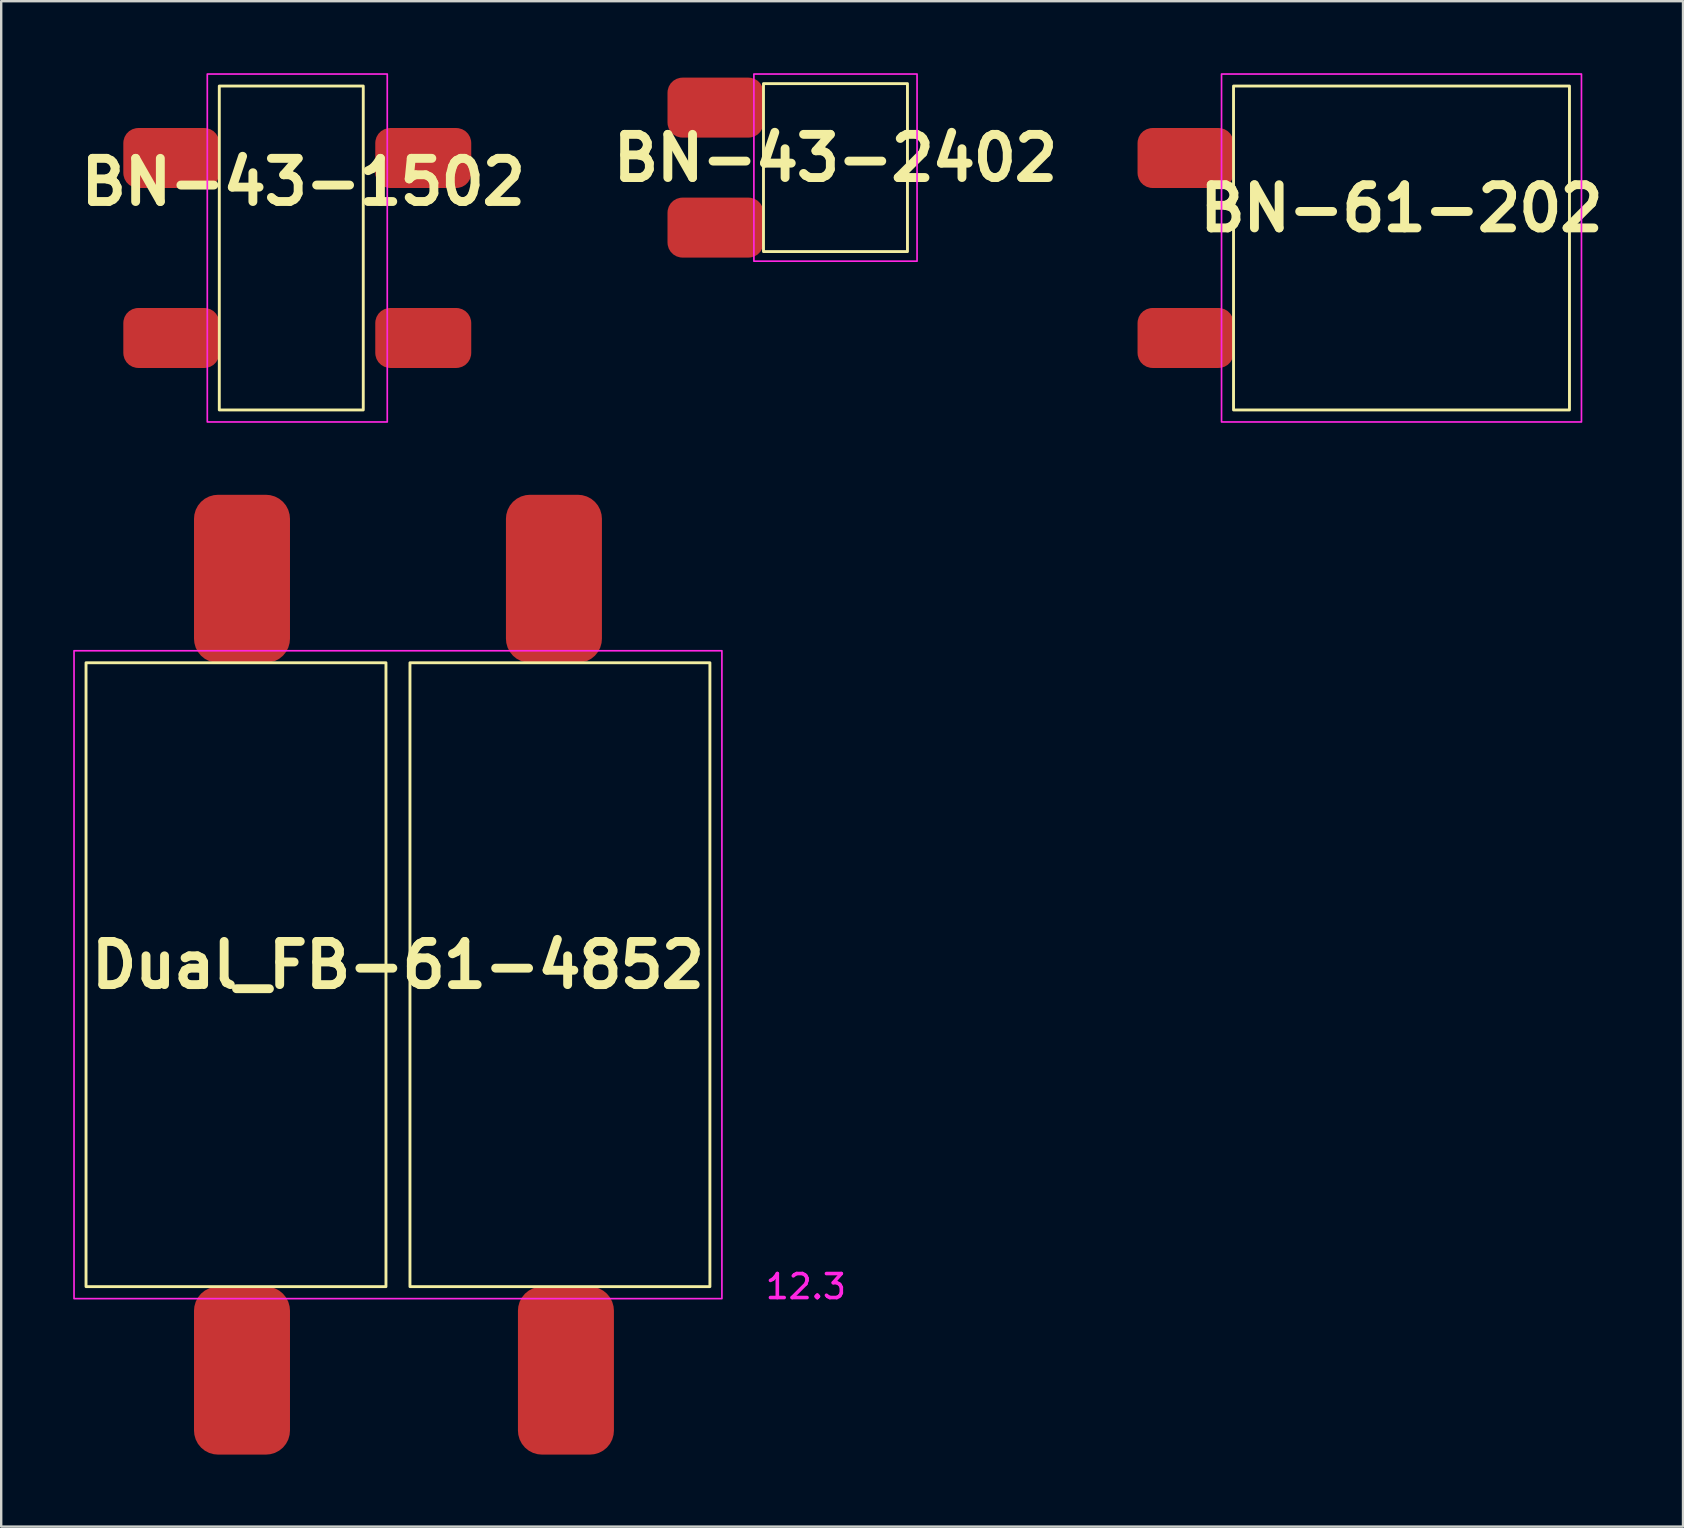
<source format=kicad_pcb>
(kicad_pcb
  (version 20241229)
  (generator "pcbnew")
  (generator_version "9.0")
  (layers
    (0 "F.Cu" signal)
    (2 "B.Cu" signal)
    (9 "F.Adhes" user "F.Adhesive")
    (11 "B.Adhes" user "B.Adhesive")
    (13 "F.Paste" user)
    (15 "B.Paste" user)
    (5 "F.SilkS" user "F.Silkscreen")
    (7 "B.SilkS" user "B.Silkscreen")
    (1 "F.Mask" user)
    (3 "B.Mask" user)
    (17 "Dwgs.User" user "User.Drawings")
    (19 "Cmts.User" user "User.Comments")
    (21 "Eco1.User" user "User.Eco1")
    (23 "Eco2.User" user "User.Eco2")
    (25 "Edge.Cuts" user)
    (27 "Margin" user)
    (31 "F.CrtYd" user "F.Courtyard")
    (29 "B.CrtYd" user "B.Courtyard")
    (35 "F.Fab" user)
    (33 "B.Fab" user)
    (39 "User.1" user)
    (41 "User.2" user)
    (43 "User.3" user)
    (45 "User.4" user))
  (footprint "BN-43-1502"
    (layer "F.Cu")
    (at 9.089 7.535)
    (property "Reference" "BN-43-1502" (at 0.5 -3 0) (unlocked yes) (layer "F.SilkS") (effects (font (size 1.8 1.8) (thickness 0.37))))
    (attr smd)
    (fp_rect (start 3 6.5) (end -3 -7) (stroke (width 0.12) (type solid)) (fill no) (layer "F.SilkS"))
    (fp_rect (start -3.5 -7.5) (end 4 7) (stroke (width 0.07) (type solid)) (fill no) (layer "F.CrtYd"))
    (pad "1" smd roundrect (at -5 3.5) (size 4 2.5) (layers "F.Cu" "F.Mask" "F.Paste") (roundrect_rratio 0.25))
    (pad "3" smd roundrect (at -5 -4) (size 4 2.5) (layers "F.Cu" "F.Mask" "F.Paste") (roundrect_rratio 0.25))
    (pad "4" smd roundrect (at 5.5 -4) (size 4 2.5) (layers "F.Cu" "F.Mask" "F.Paste") (roundrect_rratio 0.25))
    (pad "6" smd roundrect (at 5.5 3.5) (size 4 2.5) (layers "F.Cu" "F.Mask" "F.Paste") (roundrect_rratio 0.25)))
  (footprint "Dual_FB-61-4852"
    (layer "F.Cu")
    (at 13.535 38.07)
    (property "Reference" "Dual_FB-61-4852" (at 0 -0.9 0) (unlocked yes) (layer "F.SilkS") (effects (font (size 1.8 1.8) (thickness 0.37))))
    (attr smd)
    (fp_rect (start -13 12.5) (end -0.5 -13.5) (stroke (width 0.12) (type solid)) (fill no) (layer "F.SilkS"))
    (fp_rect (start 0.5 12.5) (end 13 -13.5) (stroke (width 0.12) (type solid)) (fill no) (layer "F.SilkS"))
    (fp_rect (start -13.5 -14) (end 13.5 13) (stroke (width 0.07) (type solid)) (fill no) (layer "F.CrtYd"))
    (fp_text user "12.3" (at 17 12.5 0) (unlocked yes) (layer "F.CrtYd") (effects (font (size 1 1) (thickness 0.15))))
    (pad "1" smd roundrect (at -6.5 -17) (size 4 7) (layers "F.Cu" "F.Mask" "F.Paste") (roundrect_rratio 0.25))
    (pad "2" smd roundrect (at 6.5 -17) (size 4 7) (layers "F.Cu" "F.Mask" "F.Paste") (roundrect_rratio 0.25))
    (pad "3" smd roundrect (at 7 16) (size 4 7) (layers "F.Cu" "F.Mask" "F.Paste") (roundrect_rratio 0.25))
    (pad "4" smd roundrect (at -6.5 16) (size 4 7) (layers "F.Cu" "F.Mask" "F.Paste") (roundrect_rratio 0.25)))
  (footprint "BN-43-2402"
    (layer "F.Cu")
    (at 31.768 4.435)
    (property "Reference" "BN-43-2402" (at 0 -0.9 0) (unlocked yes) (layer "F.SilkS") (effects (font (size 1.8 1.8) (thickness 0.37))))
    (attr smd)
    (fp_rect (start 3 -4) (end -3 3) (stroke (width 0.12) (type solid)) (fill no) (layer "F.SilkS"))
    (fp_rect (start -3.4 -4.4) (end 3.4 3.4) (stroke (width 0.07) (type solid)) (fill no) (layer "F.CrtYd"))
    (pad "1" smd roundrect (at -5 2 90) (size 2.5 4) (layers "F.Cu" "F.Mask" "F.Paste") (roundrect_rratio 0.25))
    (pad "2" smd roundrect (at -5 -3 90) (size 2.5 4) (layers "F.Cu" "F.Mask" "F.Paste") (roundrect_rratio 0.25)))
  (footprint "BN-61-202"
    (layer "F.Cu")
    (at 55.357 6.535)
    (property "Reference" "BN-61-202" (at 0 -0.9 0) (unlocked yes) (layer "F.SilkS") (effects (font (size 1.8 1.8) (thickness 0.37))))
    (attr smd)
    (fp_rect (start 7 7.5) (end -7 -6) (stroke (width 0.12) (type solid)) (fill no) (layer "F.SilkS"))
    (fp_rect (start -7.5 8) (end 7.5 -6.5) (stroke (width 0.07) (type solid)) (fill no) (layer "F.CrtYd"))
    (pad "1" smd roundrect (at -9 4.5) (size 4 2.5) (layers "F.Cu" "F.Mask" "F.Paste") (roundrect_rratio 0.25))
    (pad "3" smd roundrect (at -9 -3) (size 4 2.5) (layers "F.Cu" "F.Mask" "F.Paste") (roundrect_rratio 0.25)))
  (gr_rect
    (start -3 -3)
    (end 67.089 60.57)
    (stroke (width 0.1) (type default))
    (fill no)
    (layer "Edge.Cuts")))
</source>
